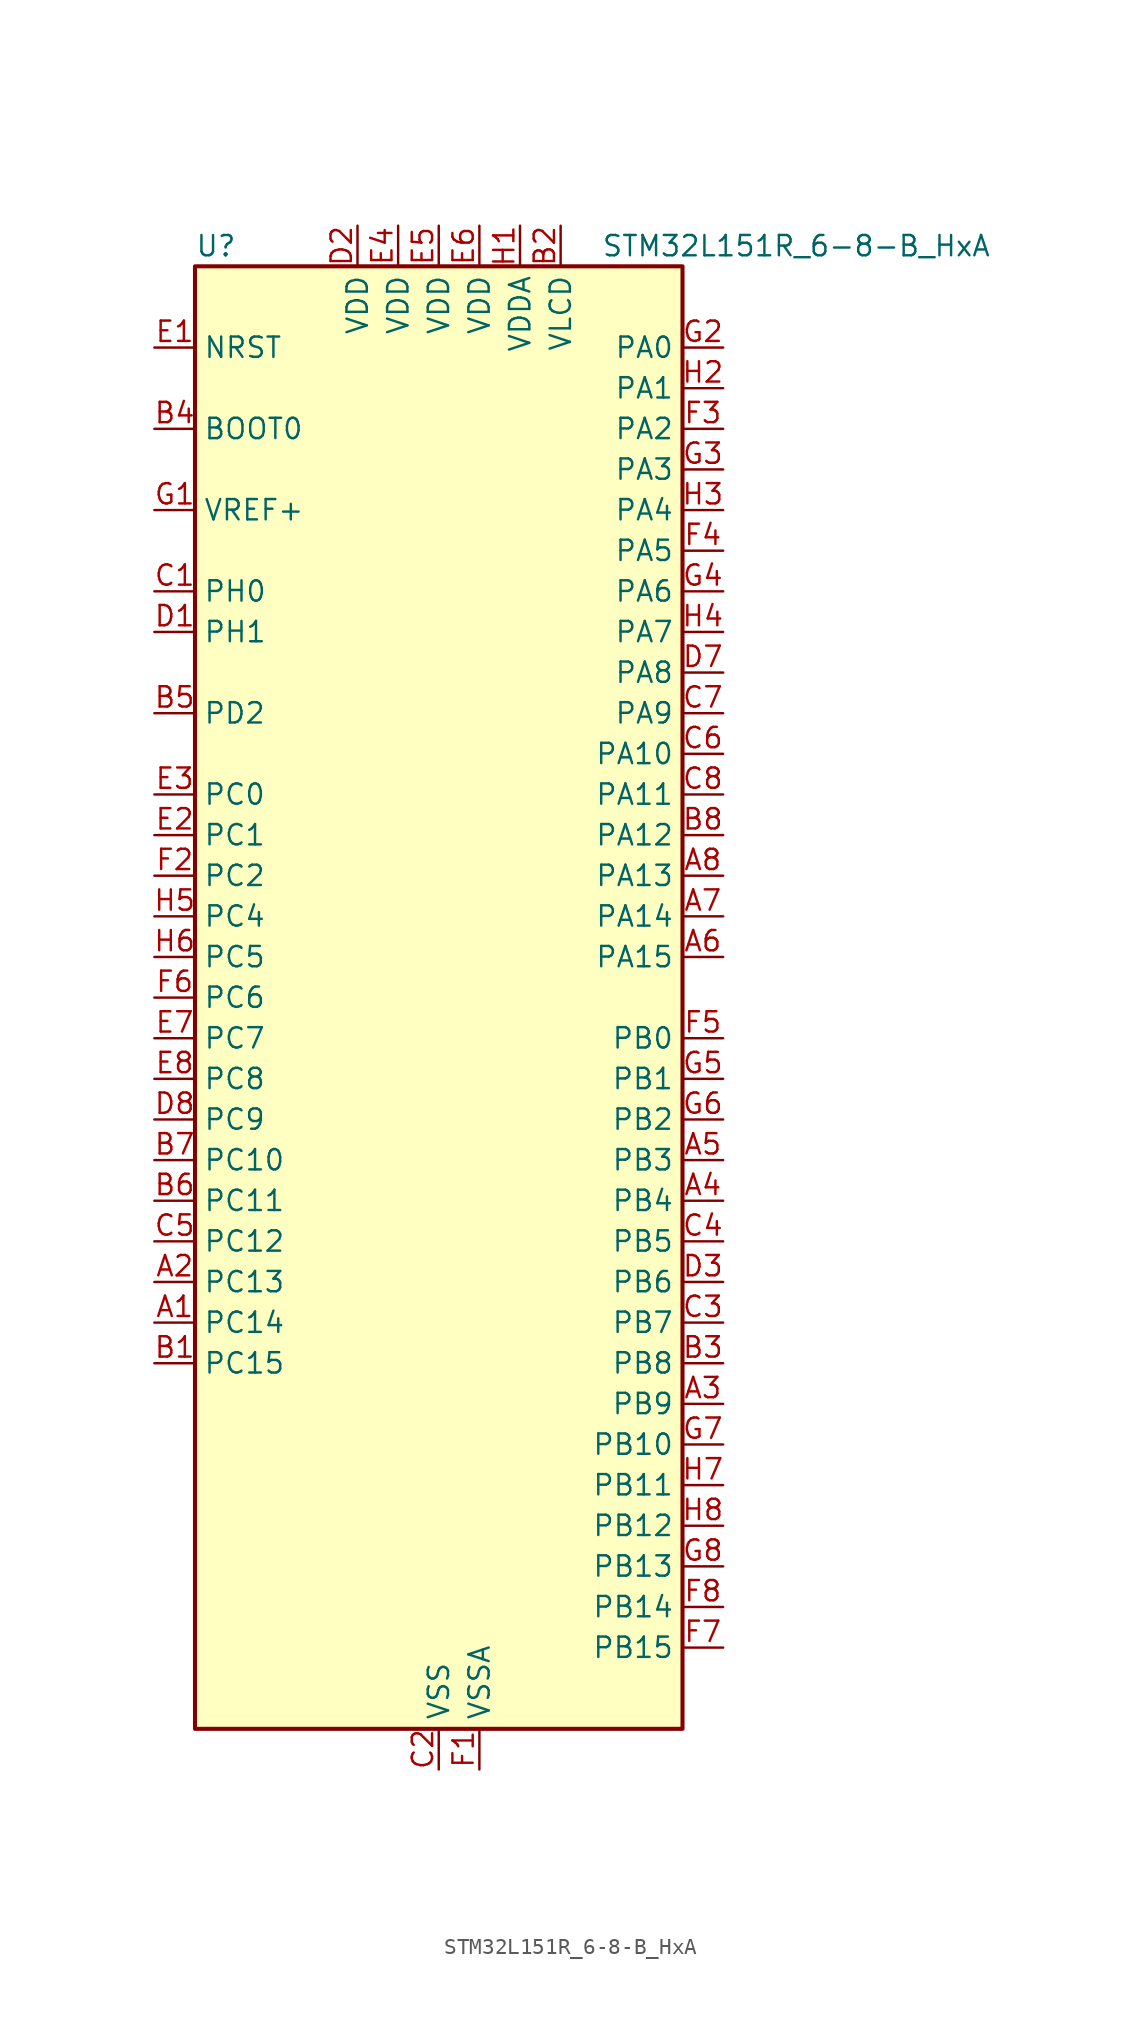
<source format=kicad_sym>
(kicad_symbol_lib
  (version 20241209)
  (generator "kicad_symbol_editor")
  (generator_version "9.0")
  (symbol "STM32L151R_6-8-B_HxA"
    (property "Reference" "U"
      (at -15.24 46.99 0)
      (effects (font (size 1.27 1.27)) (justify left)))
    (property "Value" "STM32L151R_6-8-B_HxA"
      (at 10.16 46.99 0)
      (effects (font (size 1.27 1.27)) (justify left)))
    (symbol "STM32L151R_6-8-B_HxA_0_1"
      (rectangle (start -15.24 -45.72) (end 15.24 45.72) (stroke (width 0.254) (type default)) (fill (type background))))
    (symbol "STM32L151R_6-8-B_HxA_1_1"
      (pin input line (at -17.78 40.64 0) (length 2.54) (name "NRST" (effects (font (size 1.27 1.27)))) (number "E1" (effects (font (size 1.27 1.27)))))
      (pin input line (at -17.78 35.56 0) (length 2.54) (name "BOOT0" (effects (font (size 1.27 1.27)))) (number "B4" (effects (font (size 1.27 1.27)))))
      (pin input line (at -17.78 30.48 0) (length 2.54) (name "VREF+" (effects (font (size 1.27 1.27)))) (number "G1" (effects (font (size 1.27 1.27)))))
      (pin bidirectional line (at -17.78 25.4 0) (length 2.54) (name "PH0" (effects (font (size 1.27 1.27)))) (number "C1" (effects (font (size 1.27 1.27)))) (alternate "RCC_OSC_IN" bidirectional line))
      (pin bidirectional line (at -17.78 22.86 0) (length 2.54) (name "PH1" (effects (font (size 1.27 1.27)))) (number "D1" (effects (font (size 1.27 1.27)))) (alternate "RCC_OSC_OUT" bidirectional line))
      (pin bidirectional line (at -17.78 17.78 0) (length 2.54) (name "PD2" (effects (font (size 1.27 1.27)))) (number "B5" (effects (font (size 1.27 1.27)))) (alternate "TIM3_ETR" bidirectional line) (alternate "TIMX_IC3" bidirectional line))
      (pin bidirectional line (at -17.78 12.7 0) (length 2.54) (name "PC0" (effects (font (size 1.27 1.27)))) (number "E3" (effects (font (size 1.27 1.27)))) (alternate "ADC_IN10" bidirectional line) (alternate "COMP1_INP" bidirectional line) (alternate "TIMX_IC1" bidirectional line) (alternate "TS_G8_IO1" bidirectional line))
      (pin bidirectional line (at -17.78 10.16 0) (length 2.54) (name "PC1" (effects (font (size 1.27 1.27)))) (number "E2" (effects (font (size 1.27 1.27)))) (alternate "ADC_IN11" bidirectional line) (alternate "COMP1_INP" bidirectional line) (alternate "TIMX_IC2" bidirectional line) (alternate "TS_G8_IO2" bidirectional line))
      (pin bidirectional line (at -17.78 7.62 0) (length 2.54) (name "PC2" (effects (font (size 1.27 1.27)))) (number "F2" (effects (font (size 1.27 1.27)))) (alternate "ADC_IN12" bidirectional line) (alternate "COMP1_INP" bidirectional line) (alternate "TIMX_IC3" bidirectional line) (alternate "TS_G8_IO3" bidirectional line))
      (pin bidirectional line (at -17.78 5.08 0) (length 2.54) (name "PC4" (effects (font (size 1.27 1.27)))) (number "H5" (effects (font (size 1.27 1.27)))) (alternate "ADC_IN14" bidirectional line) (alternate "COMP1_INP" bidirectional line) (alternate "TIMX_IC1" bidirectional line) (alternate "TS_G9_IO1" bidirectional line))
      (pin bidirectional line (at -17.78 2.54 0) (length 2.54) (name "PC5" (effects (font (size 1.27 1.27)))) (number "H6" (effects (font (size 1.27 1.27)))) (alternate "ADC_IN15" bidirectional line) (alternate "COMP1_INP" bidirectional line) (alternate "TIMX_IC2" bidirectional line) (alternate "TS_G9_IO2" bidirectional line))
      (pin bidirectional line (at -17.78 0 0) (length 2.54) (name "PC6" (effects (font (size 1.27 1.27)))) (number "F6" (effects (font (size 1.27 1.27)))) (alternate "TIM3_CH1" bidirectional line) (alternate "TIMX_IC3" bidirectional line) (alternate "TS_G10_IO1" bidirectional line))
      (pin bidirectional line (at -17.78 -2.54 0) (length 2.54) (name "PC7" (effects (font (size 1.27 1.27)))) (number "E7" (effects (font (size 1.27 1.27)))) (alternate "TIM3_CH2" bidirectional line) (alternate "TIMX_IC4" bidirectional line) (alternate "TS_G10_IO2" bidirectional line))
      (pin bidirectional line (at -17.78 -5.08 0) (length 2.54) (name "PC8" (effects (font (size 1.27 1.27)))) (number "E8" (effects (font (size 1.27 1.27)))) (alternate "TIM3_CH3" bidirectional line) (alternate "TIMX_IC1" bidirectional line) (alternate "TS_G10_IO3" bidirectional line))
      (pin bidirectional line (at -17.78 -7.62 0) (length 2.54) (name "PC9" (effects (font (size 1.27 1.27)))) (number "D8" (effects (font (size 1.27 1.27)))) (alternate "DAC_EXTI9" bidirectional line) (alternate "TIM3_CH4" bidirectional line) (alternate "TIMX_IC2" bidirectional line) (alternate "TS_G10_IO4" bidirectional line))
      (pin bidirectional line (at -17.78 -10.16 0) (length 2.54) (name "PC10" (effects (font (size 1.27 1.27)))) (number "B7" (effects (font (size 1.27 1.27)))) (alternate "TIMX_IC3" bidirectional line) (alternate "USART3_TX" bidirectional line))
      (pin bidirectional line (at -17.78 -12.7 0) (length 2.54) (name "PC11" (effects (font (size 1.27 1.27)))) (number "B6" (effects (font (size 1.27 1.27)))) (alternate "ADC_EXTI11" bidirectional line) (alternate "TIMX_IC4" bidirectional line) (alternate "USART3_RX" bidirectional line))
      (pin bidirectional line (at -17.78 -15.24 0) (length 2.54) (name "PC12" (effects (font (size 1.27 1.27)))) (number "C5" (effects (font (size 1.27 1.27)))) (alternate "TIMX_IC1" bidirectional line) (alternate "USART3_CK" bidirectional line))
      (pin bidirectional line (at -17.78 -17.78 0) (length 2.54) (name "PC13" (effects (font (size 1.27 1.27)))) (number "A2" (effects (font (size 1.27 1.27)))) (alternate "RTC_OUT_ALARM" bidirectional line) (alternate "RTC_OUT_CALIB" bidirectional line) (alternate "RTC_TAMP1" bidirectional line) (alternate "RTC_TS" bidirectional line) (alternate "SYS_WKUP2" bidirectional line) (alternate "TIMX_IC2" bidirectional line))
      (pin bidirectional line (at -17.78 -20.32 0) (length 2.54) (name "PC14" (effects (font (size 1.27 1.27)))) (number "A1" (effects (font (size 1.27 1.27)))) (alternate "RCC_OSC32_IN" bidirectional line) (alternate "TIMX_IC3" bidirectional line))
      (pin bidirectional line (at -17.78 -22.86 0) (length 2.54) (name "PC15" (effects (font (size 1.27 1.27)))) (number "B1" (effects (font (size 1.27 1.27)))) (alternate "ADC_EXTI15" bidirectional line) (alternate "RCC_OSC32_OUT" bidirectional line) (alternate "TIMX_IC4" bidirectional line))
      (pin power_in line (at -5.08 48.26 270) (length 2.54) (name "VDD" (effects (font (size 1.27 1.27)))) (number "D2" (effects (font (size 1.27 1.27)))))
      (pin power_in line (at -2.54 48.26 270) (length 2.54) (name "VDD" (effects (font (size 1.27 1.27)))) (number "E4" (effects (font (size 1.27 1.27)))))
      (pin power_in line (at 0 48.26 270) (length 2.54) (name "VDD" (effects (font (size 1.27 1.27)))) (number "E5" (effects (font (size 1.27 1.27)))))
      (pin power_in line (at 0 -48.26 90) (length 2.54) (name "VSS" (effects (font (size 1.27 1.27)))) (number "C2" (effects (font (size 1.27 1.27)))))
      (pin passive line (at 0 -48.26 90) (length 2.54) (hide yes) (name "VSS" (effects (font (size 1.27 1.27)))) (number "D4" (effects (font (size 1.27 1.27)))))
      (pin passive line (at 0 -48.26 90) (length 2.54) (hide yes) (name "VSS" (effects (font (size 1.27 1.27)))) (number "D5" (effects (font (size 1.27 1.27)))))
      (pin passive line (at 0 -48.26 90) (length 2.54) (hide yes) (name "VSS" (effects (font (size 1.27 1.27)))) (number "D6" (effects (font (size 1.27 1.27)))))
      (pin power_in line (at 2.54 48.26 270) (length 2.54) (name "VDD" (effects (font (size 1.27 1.27)))) (number "E6" (effects (font (size 1.27 1.27)))))
      (pin power_in line (at 2.54 -48.26 90) (length 2.54) (name "VSSA" (effects (font (size 1.27 1.27)))) (number "F1" (effects (font (size 1.27 1.27)))))
      (pin power_in line (at 5.08 48.26 270) (length 2.54) (name "VDDA" (effects (font (size 1.27 1.27)))) (number "H1" (effects (font (size 1.27 1.27)))))
      (pin power_in line (at 7.62 48.26 270) (length 2.54) (name "VLCD" (effects (font (size 1.27 1.27)))) (number "B2" (effects (font (size 1.27 1.27)))))
      (pin bidirectional line (at 17.78 40.64 180) (length 2.54) (name "PA0" (effects (font (size 1.27 1.27)))) (number "G2" (effects (font (size 1.27 1.27)))) (alternate "ADC_IN0" bidirectional line) (alternate "COMP1_INP" bidirectional line) (alternate "RTC_TAMP2" bidirectional line) (alternate "SYS_WKUP1" bidirectional line) (alternate "TIM2_CH1" bidirectional line) (alternate "TIM2_ETR" bidirectional line) (alternate "TIMX_IC1" bidirectional line) (alternate "TS_G1_IO1" bidirectional line) (alternate "USART2_CTS" bidirectional line))
      (pin bidirectional line (at 17.78 38.1 180) (length 2.54) (name "PA1" (effects (font (size 1.27 1.27)))) (number "H2" (effects (font (size 1.27 1.27)))) (alternate "ADC_IN1" bidirectional line) (alternate "COMP1_INP" bidirectional line) (alternate "TIM2_CH2" bidirectional line) (alternate "TIMX_IC2" bidirectional line) (alternate "TS_G1_IO2" bidirectional line) (alternate "USART2_RTS" bidirectional line))
      (pin bidirectional line (at 17.78 35.56 180) (length 2.54) (name "PA2" (effects (font (size 1.27 1.27)))) (number "F3" (effects (font (size 1.27 1.27)))) (alternate "ADC_IN2" bidirectional line) (alternate "COMP1_INP" bidirectional line) (alternate "TIM2_CH3" bidirectional line) (alternate "TIM9_CH1" bidirectional line) (alternate "TIMX_IC3" bidirectional line) (alternate "TS_G1_IO3" bidirectional line) (alternate "USART2_TX" bidirectional line))
      (pin bidirectional line (at 17.78 33.02 180) (length 2.54) (name "PA3" (effects (font (size 1.27 1.27)))) (number "G3" (effects (font (size 1.27 1.27)))) (alternate "ADC_IN3" bidirectional line) (alternate "COMP1_INP" bidirectional line) (alternate "TIM2_CH4" bidirectional line) (alternate "TIM9_CH2" bidirectional line) (alternate "TIMX_IC4" bidirectional line) (alternate "TS_G1_IO4" bidirectional line) (alternate "USART2_RX" bidirectional line))
      (pin bidirectional line (at 17.78 30.48 180) (length 2.54) (name "PA4" (effects (font (size 1.27 1.27)))) (number "H3" (effects (font (size 1.27 1.27)))) (alternate "ADC_IN4" bidirectional line) (alternate "COMP1_INP" bidirectional line) (alternate "DAC_OUT1" bidirectional line) (alternate "SPI1_NSS" bidirectional line) (alternate "TIMX_IC1" bidirectional line) (alternate "USART2_CK" bidirectional line))
      (pin bidirectional line (at 17.78 27.94 180) (length 2.54) (name "PA5" (effects (font (size 1.27 1.27)))) (number "F4" (effects (font (size 1.27 1.27)))) (alternate "ADC_IN5" bidirectional line) (alternate "COMP1_INP" bidirectional line) (alternate "DAC_OUT2" bidirectional line) (alternate "SPI1_SCK" bidirectional line) (alternate "TIM2_CH1" bidirectional line) (alternate "TIM2_ETR" bidirectional line) (alternate "TIMX_IC2" bidirectional line))
      (pin bidirectional line (at 17.78 25.4 180) (length 2.54) (name "PA6" (effects (font (size 1.27 1.27)))) (number "G4" (effects (font (size 1.27 1.27)))) (alternate "ADC_IN6" bidirectional line) (alternate "COMP1_INP" bidirectional line) (alternate "SPI1_MISO" bidirectional line) (alternate "TIM10_CH1" bidirectional line) (alternate "TIM3_CH1" bidirectional line) (alternate "TIMX_IC3" bidirectional line) (alternate "TS_G2_IO1" bidirectional line))
      (pin bidirectional line (at 17.78 22.86 180) (length 2.54) (name "PA7" (effects (font (size 1.27 1.27)))) (number "H4" (effects (font (size 1.27 1.27)))) (alternate "ADC_IN7" bidirectional line) (alternate "COMP1_INP" bidirectional line) (alternate "SPI1_MOSI" bidirectional line) (alternate "TIM11_CH1" bidirectional line) (alternate "TIM3_CH2" bidirectional line) (alternate "TIMX_IC4" bidirectional line) (alternate "TS_G2_IO2" bidirectional line))
      (pin bidirectional line (at 17.78 20.32 180) (length 2.54) (name "PA8" (effects (font (size 1.27 1.27)))) (number "D7" (effects (font (size 1.27 1.27)))) (alternate "RCC_MCO" bidirectional line) (alternate "TIMX_IC1" bidirectional line) (alternate "TS_G4_IO1" bidirectional line) (alternate "USART1_CK" bidirectional line))
      (pin bidirectional line (at 17.78 17.78 180) (length 2.54) (name "PA9" (effects (font (size 1.27 1.27)))) (number "C7" (effects (font (size 1.27 1.27)))) (alternate "DAC_EXTI9" bidirectional line) (alternate "TIMX_IC2" bidirectional line) (alternate "TS_G4_IO2" bidirectional line) (alternate "USART1_TX" bidirectional line))
      (pin bidirectional line (at 17.78 15.24 180) (length 2.54) (name "PA10" (effects (font (size 1.27 1.27)))) (number "C6" (effects (font (size 1.27 1.27)))) (alternate "TIMX_IC3" bidirectional line) (alternate "TS_G4_IO3" bidirectional line) (alternate "USART1_RX" bidirectional line))
      (pin bidirectional line (at 17.78 12.7 180) (length 2.54) (name "PA11" (effects (font (size 1.27 1.27)))) (number "C8" (effects (font (size 1.27 1.27)))) (alternate "ADC_EXTI11" bidirectional line) (alternate "SPI1_MISO" bidirectional line) (alternate "TIMX_IC4" bidirectional line) (alternate "USART1_CTS" bidirectional line) (alternate "USB_DM" bidirectional line))
      (pin bidirectional line (at 17.78 10.16 180) (length 2.54) (name "PA12" (effects (font (size 1.27 1.27)))) (number "B8" (effects (font (size 1.27 1.27)))) (alternate "SPI1_MOSI" bidirectional line) (alternate "TIMX_IC1" bidirectional line) (alternate "USART1_RTS" bidirectional line) (alternate "USB_DP" bidirectional line))
      (pin bidirectional line (at 17.78 7.62 180) (length 2.54) (name "PA13" (effects (font (size 1.27 1.27)))) (number "A8" (effects (font (size 1.27 1.27)))) (alternate "SYS_JTMS-SWDIO" bidirectional line) (alternate "TIMX_IC2" bidirectional line) (alternate "TS_G5_IO1" bidirectional line))
      (pin bidirectional line (at 17.78 5.08 180) (length 2.54) (name "PA14" (effects (font (size 1.27 1.27)))) (number "A7" (effects (font (size 1.27 1.27)))) (alternate "SYS_JTCK-SWCLK" bidirectional line) (alternate "TIMX_IC3" bidirectional line) (alternate "TS_G5_IO2" bidirectional line))
      (pin bidirectional line (at 17.78 2.54 180) (length 2.54) (name "PA15" (effects (font (size 1.27 1.27)))) (number "A6" (effects (font (size 1.27 1.27)))) (alternate "ADC_EXTI15" bidirectional line) (alternate "SPI1_NSS" bidirectional line) (alternate "SYS_JTDI" bidirectional line) (alternate "TIM2_CH1" bidirectional line) (alternate "TIM2_ETR" bidirectional line) (alternate "TIMX_IC4" bidirectional line) (alternate "TS_G5_IO3" bidirectional line))
      (pin bidirectional line (at 17.78 -2.54 180) (length 2.54) (name "PB0" (effects (font (size 1.27 1.27)))) (number "F5" (effects (font (size 1.27 1.27)))) (alternate "ADC_IN8" bidirectional line) (alternate "COMP1_INP" bidirectional line) (alternate "SYS_V_REF_OUT" bidirectional line) (alternate "TIM3_CH3" bidirectional line) (alternate "TS_G3_IO1" bidirectional line))
      (pin bidirectional line (at 17.78 -5.08 180) (length 2.54) (name "PB1" (effects (font (size 1.27 1.27)))) (number "G5" (effects (font (size 1.27 1.27)))) (alternate "ADC_IN9" bidirectional line) (alternate "COMP1_INP" bidirectional line) (alternate "SYS_V_REF_OUT" bidirectional line) (alternate "TIM3_CH4" bidirectional line) (alternate "TS_G3_IO2" bidirectional line))
      (pin bidirectional line (at 17.78 -7.62 180) (length 2.54) (name "PB2" (effects (font (size 1.27 1.27)))) (number "G6" (effects (font (size 1.27 1.27)))) (alternate "TS_G3_IO3" bidirectional line))
      (pin bidirectional line (at 17.78 -10.16 180) (length 2.54) (name "PB3" (effects (font (size 1.27 1.27)))) (number "A5" (effects (font (size 1.27 1.27)))) (alternate "COMP2_INM" bidirectional line) (alternate "SPI1_SCK" bidirectional line) (alternate "SYS_JTDO-TRACESWO" bidirectional line) (alternate "TIM2_CH2" bidirectional line))
      (pin bidirectional line (at 17.78 -12.7 180) (length 2.54) (name "PB4" (effects (font (size 1.27 1.27)))) (number "A4" (effects (font (size 1.27 1.27)))) (alternate "COMP2_INP" bidirectional line) (alternate "SPI1_MISO" bidirectional line) (alternate "SYS_JTRST" bidirectional line) (alternate "TIM3_CH1" bidirectional line) (alternate "TS_G6_IO1" bidirectional line))
      (pin bidirectional line (at 17.78 -15.24 180) (length 2.54) (name "PB5" (effects (font (size 1.27 1.27)))) (number "C4" (effects (font (size 1.27 1.27)))) (alternate "COMP2_INP" bidirectional line) (alternate "I2C1_SMBA" bidirectional line) (alternate "SPI1_MOSI" bidirectional line) (alternate "TIM3_CH2" bidirectional line) (alternate "TS_G6_IO2" bidirectional line))
      (pin bidirectional line (at 17.78 -17.78 180) (length 2.54) (name "PB6" (effects (font (size 1.27 1.27)))) (number "D3" (effects (font (size 1.27 1.27)))) (alternate "I2C1_SCL" bidirectional line) (alternate "TIM4_CH1" bidirectional line) (alternate "TS_G6_IO3" bidirectional line) (alternate "USART1_TX" bidirectional line))
      (pin bidirectional line (at 17.78 -20.32 180) (length 2.54) (name "PB7" (effects (font (size 1.27 1.27)))) (number "C3" (effects (font (size 1.27 1.27)))) (alternate "I2C1_SDA" bidirectional line) (alternate "SYS_PVD_IN" bidirectional line) (alternate "TIM4_CH2" bidirectional line) (alternate "TS_G6_IO4" bidirectional line) (alternate "USART1_RX" bidirectional line))
      (pin bidirectional line (at 17.78 -22.86 180) (length 2.54) (name "PB8" (effects (font (size 1.27 1.27)))) (number "B3" (effects (font (size 1.27 1.27)))) (alternate "I2C1_SCL" bidirectional line) (alternate "TIM10_CH1" bidirectional line) (alternate "TIM4_CH3" bidirectional line))
      (pin bidirectional line (at 17.78 -25.4 180) (length 2.54) (name "PB9" (effects (font (size 1.27 1.27)))) (number "A3" (effects (font (size 1.27 1.27)))) (alternate "DAC_EXTI9" bidirectional line) (alternate "I2C1_SDA" bidirectional line) (alternate "TIM11_CH1" bidirectional line) (alternate "TIM4_CH4" bidirectional line))
      (pin bidirectional line (at 17.78 -27.94 180) (length 2.54) (name "PB10" (effects (font (size 1.27 1.27)))) (number "G7" (effects (font (size 1.27 1.27)))) (alternate "I2C2_SCL" bidirectional line) (alternate "TIM2_CH3" bidirectional line) (alternate "USART3_TX" bidirectional line))
      (pin bidirectional line (at 17.78 -30.48 180) (length 2.54) (name "PB11" (effects (font (size 1.27 1.27)))) (number "H7" (effects (font (size 1.27 1.27)))) (alternate "ADC_EXTI11" bidirectional line) (alternate "I2C2_SDA" bidirectional line) (alternate "TIM2_CH4" bidirectional line) (alternate "USART3_RX" bidirectional line))
      (pin bidirectional line (at 17.78 -33.02 180) (length 2.54) (name "PB12" (effects (font (size 1.27 1.27)))) (number "H8" (effects (font (size 1.27 1.27)))) (alternate "ADC_IN18" bidirectional line) (alternate "COMP1_INP" bidirectional line) (alternate "I2C2_SMBA" bidirectional line) (alternate "SPI2_NSS" bidirectional line) (alternate "TIM10_CH1" bidirectional line) (alternate "TS_G7_IO1" bidirectional line) (alternate "USART3_CK" bidirectional line))
      (pin bidirectional line (at 17.78 -35.56 180) (length 2.54) (name "PB13" (effects (font (size 1.27 1.27)))) (number "G8" (effects (font (size 1.27 1.27)))) (alternate "ADC_IN19" bidirectional line) (alternate "COMP1_INP" bidirectional line) (alternate "SPI2_SCK" bidirectional line) (alternate "TIM9_CH1" bidirectional line) (alternate "TS_G7_IO2" bidirectional line) (alternate "USART3_CTS" bidirectional line))
      (pin bidirectional line (at 17.78 -38.1 180) (length 2.54) (name "PB14" (effects (font (size 1.27 1.27)))) (number "F8" (effects (font (size 1.27 1.27)))) (alternate "ADC_IN20" bidirectional line) (alternate "COMP1_INP" bidirectional line) (alternate "SPI2_MISO" bidirectional line) (alternate "TIM9_CH2" bidirectional line) (alternate "TS_G7_IO3" bidirectional line) (alternate "USART3_RTS" bidirectional line))
      (pin bidirectional line (at 17.78 -40.64 180) (length 2.54) (name "PB15" (effects (font (size 1.27 1.27)))) (number "F7" (effects (font (size 1.27 1.27)))) (alternate "ADC_EXTI15" bidirectional line) (alternate "ADC_IN21" bidirectional line) (alternate "COMP1_INP" bidirectional line) (alternate "RTC_REFIN" bidirectional line) (alternate "SPI2_MOSI" bidirectional line) (alternate "TIM11_CH1" bidirectional line) (alternate "TS_G7_IO4" bidirectional line)))))
</source>
